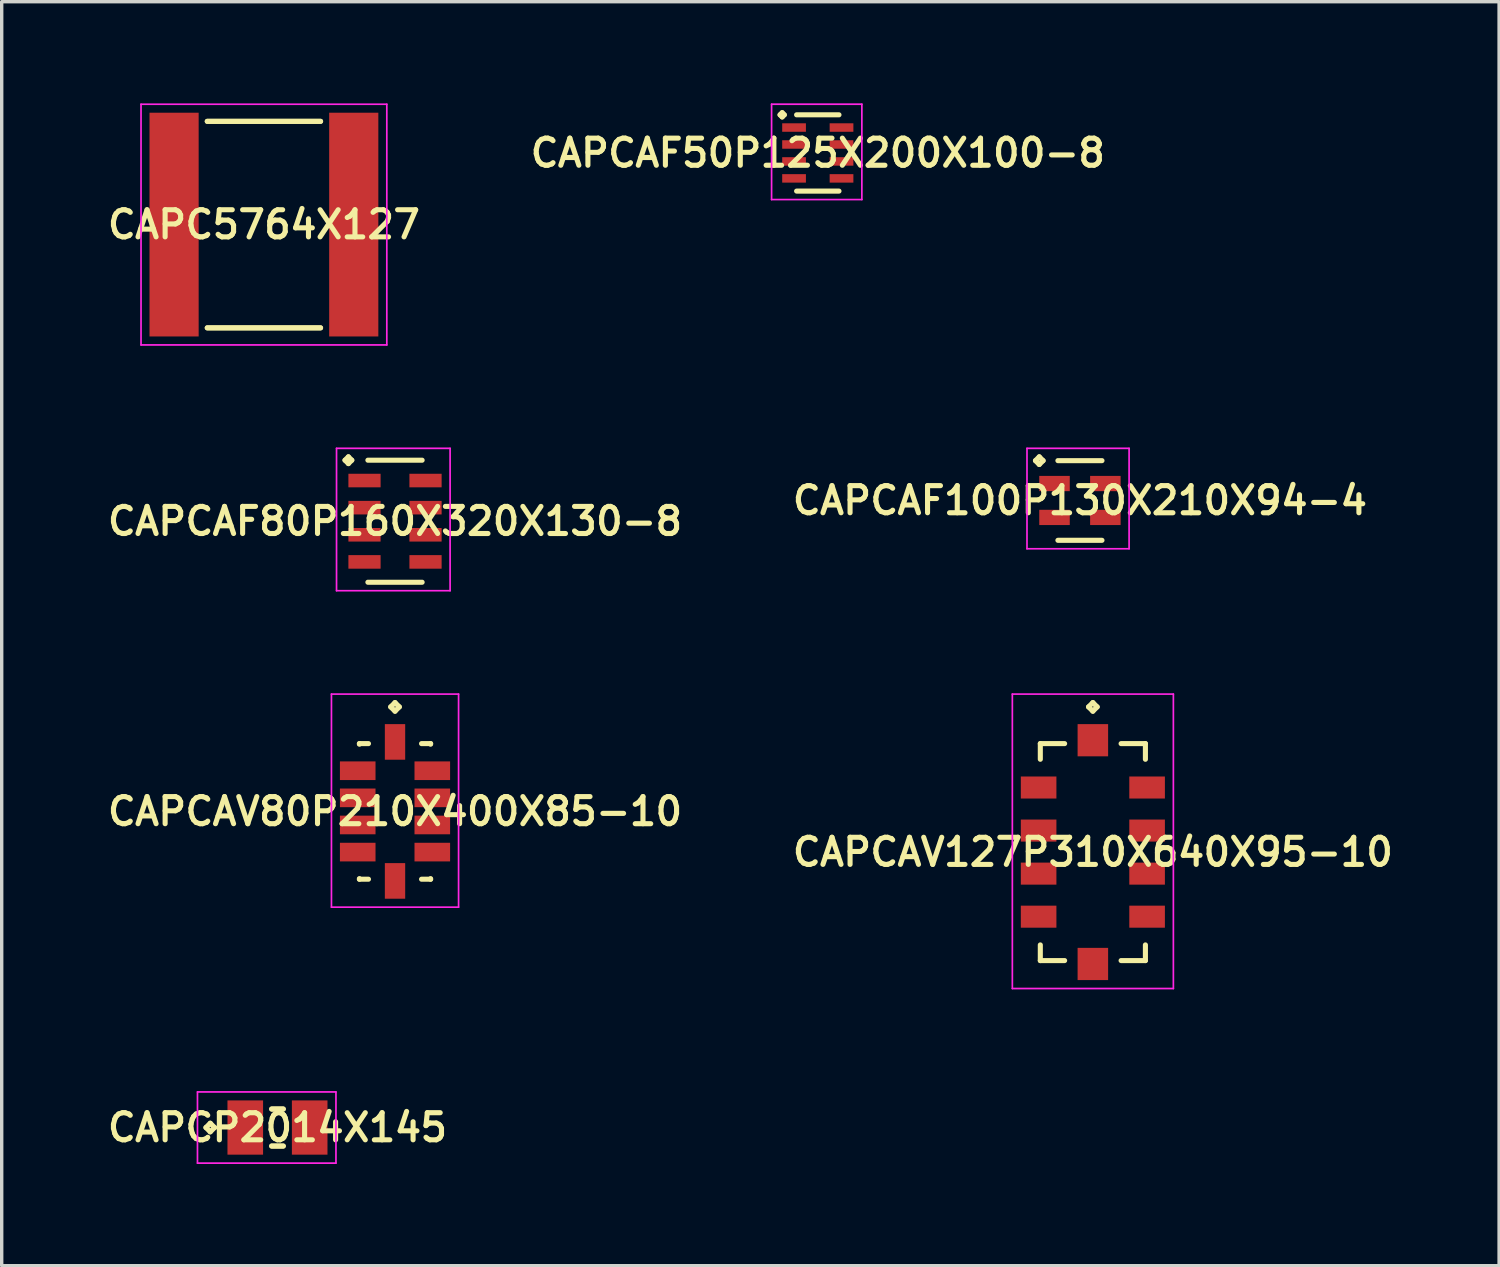
<source format=kicad_pcb>
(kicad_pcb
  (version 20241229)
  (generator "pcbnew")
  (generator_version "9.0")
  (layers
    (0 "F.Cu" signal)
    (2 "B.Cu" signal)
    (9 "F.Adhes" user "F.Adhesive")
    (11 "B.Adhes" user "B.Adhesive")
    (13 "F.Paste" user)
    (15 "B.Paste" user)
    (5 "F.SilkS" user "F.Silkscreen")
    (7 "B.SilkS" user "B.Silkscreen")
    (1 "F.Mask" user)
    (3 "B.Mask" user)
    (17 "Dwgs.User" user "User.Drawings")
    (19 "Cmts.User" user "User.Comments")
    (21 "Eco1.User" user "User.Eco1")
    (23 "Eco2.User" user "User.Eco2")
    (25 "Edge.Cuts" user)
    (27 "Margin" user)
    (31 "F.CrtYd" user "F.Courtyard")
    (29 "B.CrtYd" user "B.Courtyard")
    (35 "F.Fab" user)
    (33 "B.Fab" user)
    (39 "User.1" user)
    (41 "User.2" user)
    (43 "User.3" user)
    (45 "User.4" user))
  (footprint "CAPCAF80P160X320X130-8"
    (layer "F.Cu")
    (at 8.602 12.325)
    (property "Reference" "CAPCAF80P160X320X130-8" (at 0 0 0) (layer "F.SilkS") (effects (font (size 0.8 0.8) (thickness 0.15))))
    (attr smd)
    (fp_line (start -1.475 -1.8) (end -1.375 -1.9) (stroke (width 0.15) (type solid)) (layer "F.SilkS"))
    (fp_line (start -1.375 -1.9) (end -1.275 -1.8) (stroke (width 0.15) (type solid)) (layer "F.SilkS"))
    (fp_line (start -1.375 -1.7) (end -1.475 -1.8) (stroke (width 0.15) (type solid)) (layer "F.SilkS"))
    (fp_line (start -1.275 -1.8) (end -1.375 -1.7) (stroke (width 0.15) (type solid)) (layer "F.SilkS"))
    (fp_line (start -0.8 -1.8) (end 0.8 -1.8) (stroke (width 0.15) (type solid)) (layer "F.SilkS"))
    (fp_line (start -0.8 1.8) (end 0.8 1.8) (stroke (width 0.15) (type solid)) (layer "F.SilkS"))
    (fp_line (start -1.725 -2.15) (end 1.625 -2.15) (stroke (width 0.05) (type solid)) (layer "F.CrtYd"))
    (fp_line (start -1.725 2.05) (end -1.725 -2.15) (stroke (width 0.05) (type solid)) (layer "F.CrtYd"))
    (fp_line (start 1.625 -2.15) (end 1.625 2.05) (stroke (width 0.05) (type solid)) (layer "F.CrtYd"))
    (fp_line (start 1.625 2.05) (end -1.725 2.05) (stroke (width 0.05) (type solid)) (layer "F.CrtYd"))
    (pad "1" smd rect (at -0.9 -1.2) (size 0.95 0.4) (layers "F.Cu" "F.Mask" "F.Paste"))
    (pad "2" smd rect (at -0.9 -0.4) (size 0.95 0.4) (layers "F.Cu" "F.Mask" "F.Paste"))
    (pad "3" smd rect (at -0.9 0.4) (size 0.95 0.4) (layers "F.Cu" "F.Mask" "F.Paste"))
    (pad "4" smd rect (at -0.9 1.2) (size 0.95 0.4) (layers "F.Cu" "F.Mask" "F.Paste"))
    (pad "5" smd rect (at 0.9 1.2) (size 0.95 0.4) (layers "F.Cu" "F.Mask" "F.Paste"))
    (pad "6" smd rect (at 0.9 0.4) (size 0.95 0.4) (layers "F.Cu" "F.Mask" "F.Paste"))
    (pad "7" smd rect (at 0.9 -0.4) (size 0.95 0.4) (layers "F.Cu" "F.Mask" "F.Paste"))
    (pad "8" smd rect (at 0.9 -1.2) (size 0.95 0.4) (layers "F.Cu" "F.Mask" "F.Paste")))
  (footprint "CAPC5764X127"
    (layer "F.Cu")
    (at 4.735 3.575)
    (property "Reference" "CAPC5764X127" (at 0 0 0) (layer "F.SilkS") (effects (font (size 0.8 0.8) (thickness 0.15))))
    (attr smd)
    (fp_line (start -1.671 -3.046) (end 1.671 -3.046) (stroke (width 0.15) (type solid)) (layer "F.SilkS"))
    (fp_line (start -1.671 3.046) (end 1.671 3.046) (stroke (width 0.15) (type solid)) (layer "F.SilkS"))
    (fp_line (start 1.671 -3.046) (end -1.671 -3.046) (stroke (width 0.15) (type solid)) (layer "F.SilkS"))
    (fp_line (start 1.671 3.046) (end -1.671 3.046) (stroke (width 0.15) (type solid)) (layer "F.SilkS"))
    (fp_line (start -3.625 -3.55) (end 3.625 -3.55) (stroke (width 0.05) (type solid)) (layer "F.CrtYd"))
    (fp_line (start -3.625 3.55) (end -3.625 -3.55) (stroke (width 0.05) (type solid)) (layer "F.CrtYd"))
    (fp_line (start 3.625 -3.55) (end 3.625 3.55) (stroke (width 0.05) (type solid)) (layer "F.CrtYd"))
    (fp_line (start 3.625 3.55) (end -3.625 3.55) (stroke (width 0.05) (type solid)) (layer "F.CrtYd"))
    (pad "1" smd rect (at -2.65 0) (size 1.45 6.6) (layers "F.Cu" "F.Mask" "F.Paste"))
    (pad "2" smd rect (at 2.65 0) (size 1.45 6.6) (layers "F.Cu" "F.Mask" "F.Paste")))
  (footprint "CAPCP2014X145"
    (layer "F.Cu")
    (at 5.135 30.21)
    (property "Reference" "CAPCP2014X145" (at 0 0 0) (layer "F.SilkS") (effects (font (size 0.8 0.8) (thickness 0.15))))
    (attr smd)
    (fp_line (start -2.11 0) (end -1.983 -0.127) (stroke (width 0.15) (type solid)) (layer "F.SilkS"))
    (fp_line (start -1.983 -0.127) (end -1.856 0) (stroke (width 0.15) (type solid)) (layer "F.SilkS"))
    (fp_line (start -1.983 0.127) (end -2.11 0) (stroke (width 0.15) (type solid)) (layer "F.SilkS"))
    (fp_line (start -1.856 0) (end -1.983 0.127) (stroke (width 0.15) (type solid)) (layer "F.SilkS"))
    (fp_line (start -0.171 -0.546) (end 0.171 -0.546) (stroke (width 0.15) (type solid)) (layer "F.SilkS"))
    (fp_line (start -0.171 0.546) (end 0.171 0.546) (stroke (width 0.15) (type solid)) (layer "F.SilkS"))
    (fp_line (start 0.171 -0.546) (end -0.171 -0.546) (stroke (width 0.15) (type solid)) (layer "F.SilkS"))
    (fp_line (start 0.171 0.546) (end -0.171 0.546) (stroke (width 0.15) (type solid)) (layer "F.SilkS"))
    (fp_line (start -2.36 -1.05) (end 1.725 -1.05) (stroke (width 0.05) (type solid)) (layer "F.CrtYd"))
    (fp_line (start -2.36 1.05) (end -2.36 -1.05) (stroke (width 0.05) (type solid)) (layer "F.CrtYd"))
    (fp_line (start 1.725 -1.05) (end 1.725 1.05) (stroke (width 0.05) (type solid)) (layer "F.CrtYd"))
    (fp_line (start 1.725 1.05) (end -2.36 1.05) (stroke (width 0.05) (type solid)) (layer "F.CrtYd"))
    (pad "1" smd rect (at -0.95 0) (size 1.05 1.6) (layers "F.Cu" "F.Mask" "F.Paste"))
    (pad "2" smd rect (at 0.95 0) (size 1.05 1.6) (layers "F.Cu" "F.Mask" "F.Paste")))
  (footprint "CAPCAV127P310X640X95-10"
    (layer "F.Cu")
    (at 29.187 22.085)
    (property "Reference" "CAPCAV127P310X640X95-10" (at 0 0 0) (layer "F.SilkS") (effects (font (size 0.8 0.8) (thickness 0.15))))
    (attr smd)
    (fp_line (start -1.55 -3.2) (end -0.833 -3.2) (stroke (width 0.15) (type solid)) (layer "F.SilkS"))
    (fp_line (start -1.55 -2.738) (end -1.55 -3.2) (stroke (width 0.15) (type solid)) (layer "F.SilkS"))
    (fp_line (start -1.55 2.738) (end -1.55 3.2) (stroke (width 0.15) (type solid)) (layer "F.SilkS"))
    (fp_line (start -1.55 3.2) (end -0.833 3.2) (stroke (width 0.15) (type solid)) (layer "F.SilkS"))
    (fp_line (start -0.127 -4.283) (end 0 -4.41) (stroke (width 0.15) (type solid)) (layer "F.SilkS"))
    (fp_line (start 0 -4.41) (end 0.127 -4.283) (stroke (width 0.15) (type solid)) (layer "F.SilkS"))
    (fp_line (start 0 -4.156) (end -0.127 -4.283) (stroke (width 0.15) (type solid)) (layer "F.SilkS"))
    (fp_line (start 0.127 -4.283) (end 0 -4.156) (stroke (width 0.15) (type solid)) (layer "F.SilkS"))
    (fp_line (start 1.55 -3.2) (end 0.833 -3.2) (stroke (width 0.15) (type solid)) (layer "F.SilkS"))
    (fp_line (start 1.55 -2.738) (end 1.55 -3.2) (stroke (width 0.15) (type solid)) (layer "F.SilkS"))
    (fp_line (start 1.55 2.738) (end 1.55 3.2) (stroke (width 0.15) (type solid)) (layer "F.SilkS"))
    (fp_line (start 1.55 3.2) (end 0.833 3.2) (stroke (width 0.15) (type solid)) (layer "F.SilkS"))
    (fp_line (start -2.375 -4.66) (end 2.375 -4.66) (stroke (width 0.05) (type solid)) (layer "F.CrtYd"))
    (fp_line (start -2.375 4.025) (end -2.375 -4.66) (stroke (width 0.05) (type solid)) (layer "F.CrtYd"))
    (fp_line (start 2.375 -4.66) (end 2.375 4.025) (stroke (width 0.05) (type solid)) (layer "F.CrtYd"))
    (fp_line (start 2.375 4.025) (end -2.375 4.025) (stroke (width 0.05) (type solid)) (layer "F.CrtYd"))
    (pad "1" smd rect (at 0 -3.3) (size 0.9 0.95) (layers "F.Cu" "F.Mask" "F.Paste"))
    (pad "2" smd rect (at -1.6 -1.905) (size 1.05 0.65) (layers "F.Cu" "F.Mask" "F.Paste"))
    (pad "3" smd rect (at -1.6 -0.635) (size 1.05 0.65) (layers "F.Cu" "F.Mask" "F.Paste"))
    (pad "4" smd rect (at -1.6 0.635) (size 1.05 0.65) (layers "F.Cu" "F.Mask" "F.Paste"))
    (pad "5" smd rect (at -1.6 1.905) (size 1.05 0.65) (layers "F.Cu" "F.Mask" "F.Paste"))
    (pad "6" smd rect (at 0 3.3) (size 0.9 0.95) (layers "F.Cu" "F.Mask" "F.Paste"))
    (pad "7" smd rect (at 1.6 1.905) (size 1.05 0.65) (layers "F.Cu" "F.Mask" "F.Paste"))
    (pad "8" smd rect (at 1.6 0.635) (size 1.05 0.65) (layers "F.Cu" "F.Mask" "F.Paste"))
    (pad "9" smd rect (at 1.6 -0.635) (size 1.05 0.65) (layers "F.Cu" "F.Mask" "F.Paste"))
    (pad "10" smd rect (at 1.6 -1.905) (size 1.05 0.65) (layers "F.Cu" "F.Mask" "F.Paste")))
  (footprint "CAPCAF50P125X200X100-8"
    (layer "F.Cu")
    (at 21.073 1.462)
    (property "Reference" "CAPCAF50P125X200X100-8" (at 0 0 0) (layer "F.SilkS") (effects (font (size 0.8 0.8) (thickness 0.15))))
    (attr smd)
    (fp_line (start -1.113 -1.125) (end -1.05 -1.188) (stroke (width 0.15) (type solid)) (layer "F.SilkS"))
    (fp_line (start -1.05 -1.188) (end -0.988 -1.125) (stroke (width 0.15) (type solid)) (layer "F.SilkS"))
    (fp_line (start -1.05 -1.062) (end -1.113 -1.125) (stroke (width 0.15) (type solid)) (layer "F.SilkS"))
    (fp_line (start -0.988 -1.125) (end -1.05 -1.062) (stroke (width 0.15) (type solid)) (layer "F.SilkS"))
    (fp_line (start -0.625 -1.125) (end 0.625 -1.125) (stroke (width 0.15) (type solid)) (layer "F.SilkS"))
    (fp_line (start -0.625 1.125) (end 0.625 1.125) (stroke (width 0.15) (type solid)) (layer "F.SilkS"))
    (fp_line (start -1.363 -1.438) (end 1.3 -1.438) (stroke (width 0.05) (type solid)) (layer "F.CrtYd"))
    (fp_line (start -1.363 1.375) (end -1.363 -1.438) (stroke (width 0.05) (type solid)) (layer "F.CrtYd"))
    (fp_line (start 1.3 -1.438) (end 1.3 1.375) (stroke (width 0.05) (type solid)) (layer "F.CrtYd"))
    (fp_line (start 1.3 1.375) (end -1.363 1.375) (stroke (width 0.05) (type solid)) (layer "F.CrtYd"))
    (pad "1" smd rect (at -0.7 -0.75) (size 0.7 0.25) (layers "F.Cu" "F.Mask" "F.Paste"))
    (pad "2" smd rect (at -0.7 -0.25) (size 0.7 0.25) (layers "F.Cu" "F.Mask" "F.Paste"))
    (pad "3" smd rect (at -0.7 0.25) (size 0.7 0.25) (layers "F.Cu" "F.Mask" "F.Paste"))
    (pad "4" smd rect (at -0.7 0.75) (size 0.7 0.25) (layers "F.Cu" "F.Mask" "F.Paste"))
    (pad "5" smd rect (at 0.7 0.75) (size 0.7 0.25) (layers "F.Cu" "F.Mask" "F.Paste"))
    (pad "6" smd rect (at 0.7 0.25) (size 0.7 0.25) (layers "F.Cu" "F.Mask" "F.Paste"))
    (pad "7" smd rect (at 0.7 -0.25) (size 0.7 0.25) (layers "F.Cu" "F.Mask" "F.Paste"))
    (pad "8" smd rect (at 0.7 -0.75) (size 0.7 0.25) (layers "F.Cu" "F.Mask" "F.Paste")))
  (footprint "CAPCAF100P130X210X94-4"
    (layer "F.Cu")
    (at 28.806 11.713)
    (property "Reference" "CAPCAF100P130X210X94-4" (at 0 0 0) (layer "F.SilkS") (effects (font (size 0.8 0.8) (thickness 0.15))))
    (attr smd)
    (fp_line (start -1.312 -1.175) (end -1.2 -1.288) (stroke (width 0.15) (type solid)) (layer "F.SilkS"))
    (fp_line (start -1.2 -1.288) (end -1.087 -1.175) (stroke (width 0.15) (type solid)) (layer "F.SilkS"))
    (fp_line (start -1.2 -1.062) (end -1.312 -1.175) (stroke (width 0.15) (type solid)) (layer "F.SilkS"))
    (fp_line (start -1.087 -1.175) (end -1.2 -1.062) (stroke (width 0.15) (type solid)) (layer "F.SilkS"))
    (fp_line (start -0.65 -1.175) (end 0.65 -1.175) (stroke (width 0.15) (type solid)) (layer "F.SilkS"))
    (fp_line (start -0.65 1.175) (end 0.65 1.175) (stroke (width 0.15) (type solid)) (layer "F.SilkS"))
    (fp_line (start -1.562 -1.538) (end 1.45 -1.538) (stroke (width 0.05) (type solid)) (layer "F.CrtYd"))
    (fp_line (start -1.562 1.425) (end -1.562 -1.538) (stroke (width 0.05) (type solid)) (layer "F.CrtYd"))
    (fp_line (start 1.45 -1.538) (end 1.45 1.425) (stroke (width 0.05) (type solid)) (layer "F.CrtYd"))
    (fp_line (start 1.45 1.425) (end -1.562 1.425) (stroke (width 0.05) (type solid)) (layer "F.CrtYd"))
    (pad "1" smd rect (at -0.75 -0.5) (size 0.9 0.45) (layers "F.Cu" "F.Mask" "F.Paste"))
    (pad "2" smd rect (at -0.75 0.5) (size 0.9 0.45) (layers "F.Cu" "F.Mask" "F.Paste"))
    (pad "3" smd rect (at 0.75 0.5) (size 0.9 0.45) (layers "F.Cu" "F.Mask" "F.Paste"))
    (pad "4" smd rect (at 0.75 -0.5) (size 0.9 0.45) (layers "F.Cu" "F.Mask" "F.Paste")))
  (footprint "CAPCAV80P210X400X85-10"
    (layer "F.Cu")
    (at 8.602 20.885)
    (property "Reference" "CAPCAV80P210X400X85-10" (at 0 0 0) (layer "F.SilkS") (effects (font (size 0.8 0.8) (thickness 0.15))))
    (attr smd)
    (fp_line (start -1.05 -2) (end -0.783 -2) (stroke (width 0.15) (type solid)) (layer "F.SilkS"))
    (fp_line (start -1.05 -1.983) (end -1.05 -2) (stroke (width 0.15) (type solid)) (layer "F.SilkS"))
    (fp_line (start -1.05 1.983) (end -1.05 2) (stroke (width 0.15) (type solid)) (layer "F.SilkS"))
    (fp_line (start -1.05 2) (end -0.783 2) (stroke (width 0.15) (type solid)) (layer "F.SilkS"))
    (fp_line (start -0.127 -3.083) (end 0 -3.21) (stroke (width 0.15) (type solid)) (layer "F.SilkS"))
    (fp_line (start 0 -3.21) (end 0.127 -3.083) (stroke (width 0.15) (type solid)) (layer "F.SilkS"))
    (fp_line (start 0 -2.956) (end -0.127 -3.083) (stroke (width 0.15) (type solid)) (layer "F.SilkS"))
    (fp_line (start 0.127 -3.083) (end 0 -2.956) (stroke (width 0.15) (type solid)) (layer "F.SilkS"))
    (fp_line (start 1.05 -2) (end 0.783 -2) (stroke (width 0.15) (type solid)) (layer "F.SilkS"))
    (fp_line (start 1.05 -1.983) (end 1.05 -2) (stroke (width 0.15) (type solid)) (layer "F.SilkS"))
    (fp_line (start 1.05 1.983) (end 1.05 2) (stroke (width 0.15) (type solid)) (layer "F.SilkS"))
    (fp_line (start 1.05 2) (end 0.783 2) (stroke (width 0.15) (type solid)) (layer "F.SilkS"))
    (fp_line (start -1.875 -3.46) (end 1.875 -3.46) (stroke (width 0.05) (type solid)) (layer "F.CrtYd"))
    (fp_line (start -1.875 2.825) (end -1.875 -3.46) (stroke (width 0.05) (type solid)) (layer "F.CrtYd"))
    (fp_line (start 1.875 -3.46) (end 1.875 2.825) (stroke (width 0.05) (type solid)) (layer "F.CrtYd"))
    (fp_line (start 1.875 2.825) (end -1.875 2.825) (stroke (width 0.05) (type solid)) (layer "F.CrtYd"))
    (pad "1" smd rect (at 0 -2.05) (size 0.6 1.05) (layers "F.Cu" "F.Mask" "F.Paste"))
    (pad "2" smd rect (at -1.1 -1.2) (size 1.05 0.55) (layers "F.Cu" "F.Mask" "F.Paste"))
    (pad "3" smd rect (at -1.1 -0.4) (size 1.05 0.55) (layers "F.Cu" "F.Mask" "F.Paste"))
    (pad "4" smd rect (at -1.1 0.4) (size 1.05 0.55) (layers "F.Cu" "F.Mask" "F.Paste"))
    (pad "5" smd rect (at -1.1 1.2) (size 1.05 0.55) (layers "F.Cu" "F.Mask" "F.Paste"))
    (pad "6" smd rect (at 0 2.05) (size 0.6 1.05) (layers "F.Cu" "F.Mask" "F.Paste"))
    (pad "7" smd rect (at 1.1 1.2) (size 1.05 0.55) (layers "F.Cu" "F.Mask" "F.Paste"))
    (pad "8" smd rect (at 1.1 0.4) (size 1.05 0.55) (layers "F.Cu" "F.Mask" "F.Paste"))
    (pad "9" smd rect (at 1.1 -0.4) (size 1.05 0.55) (layers "F.Cu" "F.Mask" "F.Paste"))
    (pad "10" smd rect (at 1.1 -1.2) (size 1.05 0.55) (layers "F.Cu" "F.Mask" "F.Paste")))
  (gr_rect
    (start -3 -3)
    (end 41.17 34.285)
    (stroke (width 0.1) (type default))
    (fill no)
    (layer "Edge.Cuts")))
</source>
